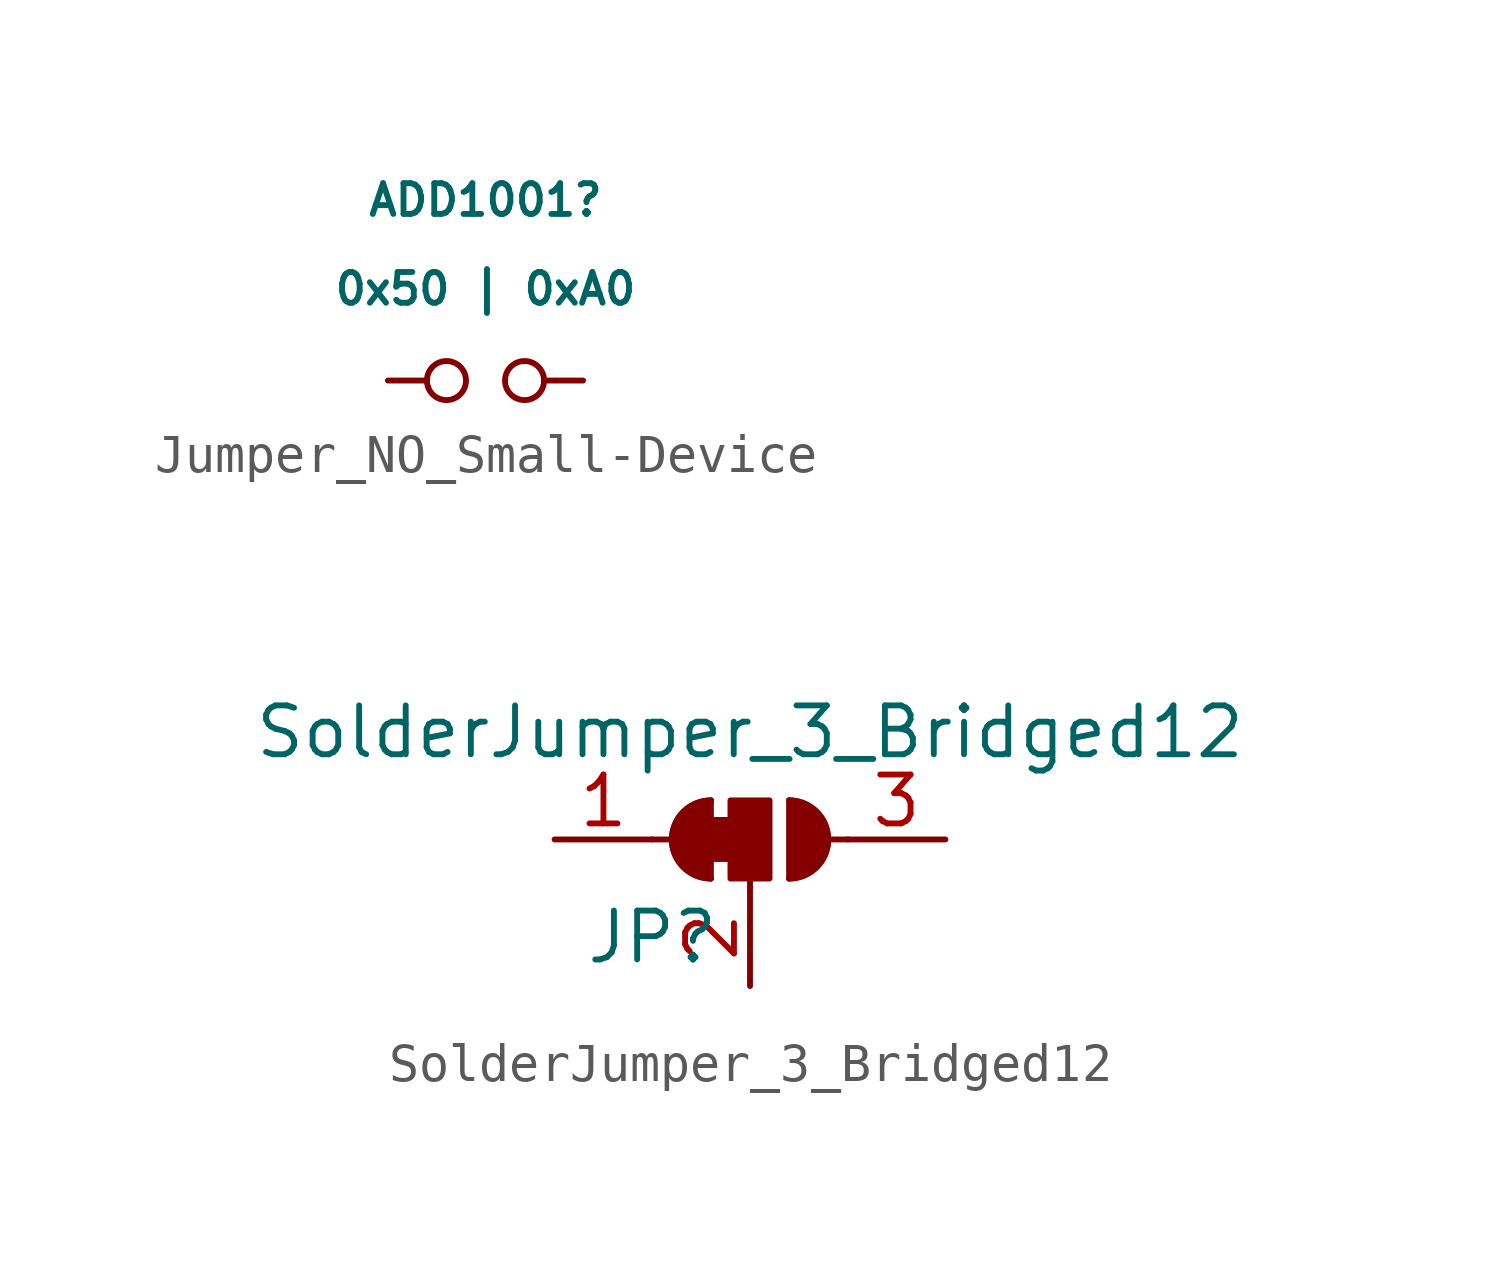
<source format=kicad_sym>
(kicad_symbol_lib
  (version 20231120)
  (generator "kicad_symbol_editor")
  (generator_version "8.0")
  (symbol "Jumper_NO_Small-Device"
    (pin_numbers hide)
    (pin_names
      (offset 0.762) hide)
    (property "Reference" "ADD1001"
      (at 0 4.699 0)
      (effects (font (size 0.8 0.8))))
    (property "Value" "0x50 | 0xA0"
      (at 0 2.388 0)
      (effects (font (size 0.8 0.8))))
    (symbol "Jumper_NO_Small-Device_0_1"
      (circle (center -1.016 0) (radius 0.508) (stroke (width 0) (type default)) (fill (type none)))
      (circle (center 1.016 0) (radius 0.508) (stroke (width 0) (type default)) (fill (type none)))
      (pin passive line (at -2.54 0 0) (length 1.016) (name "1" (effects (font (size 1.27 1.27)))) (number "1" (effects (font (size 1.27 1.27)))))
      (pin passive line (at 2.54 0 180) (length 1.016) (name "2" (effects (font (size 1.27 1.27)))) (number "2" (effects (font (size 1.27 1.27)))))))
  (symbol "SolderJumper_3_Bridged12"
    (pin_names
      (offset 0) hide)
    (property "Reference" "JP"
      (at -2.54 -2.54 0)
      (effects (font (size 1.27 1.27))))
    (property "Value" "SolderJumper_3_Bridged12"
      (at 0 2.794 0)
      (effects (font (size 1.27 1.27))))
    (symbol "SolderJumper_3_Bridged12_0_1"
      (rectangle (start -1.016 0.508) (end -0.508 -0.508) (stroke (width 0) (type solid)) (fill (type outline)))
      (arc (start -1.016 1.016) (mid -2.032 0) (end -1.016 -1.016) (stroke (width 0) (type solid)) (fill (type none)))
      (arc (start -1.016 1.016) (mid -2.032 0) (end -1.016 -1.016) (stroke (width 0) (type solid)) (fill (type outline)))
      (rectangle (start -0.508 1.016) (end 0.508 -1.016) (stroke (width 0) (type solid)) (fill (type outline)))
      (polyline (pts (xy -2.54 0) (xy -2.032 0)) (stroke (width 0) (type solid)) (fill (type none)))
      (polyline (pts (xy -1.016 1.016) (xy -1.016 -1.016)) (stroke (width 0) (type solid)) (fill (type none)))
      (polyline (pts (xy 0 -1.27) (xy 0 -1.016)) (stroke (width 0) (type solid)) (fill (type none)))
      (polyline (pts (xy 1.016 1.016) (xy 1.016 -1.016)) (stroke (width 0) (type solid)) (fill (type none)))
      (polyline (pts (xy 2.54 0) (xy 2.032 0)) (stroke (width 0) (type solid)) (fill (type none)))
      (arc (start 1.016 -1.016) (mid 2.032 0) (end 1.016 1.016) (stroke (width 0) (type solid)) (fill (type none)))
      (arc (start 1.016 -1.016) (mid 2.032 0) (end 1.016 1.016) (stroke (width 0) (type solid)) (fill (type outline))))
    (symbol "SolderJumper_3_Bridged12_1_1"
      (pin passive line (at -5.08 0 0) (length 2.54) (name "A" (effects (font (size 1.27 1.27)))) (number "1" (effects (font (size 1.27 1.27)))))
      (pin input line (at 0 -3.81 90) (length 2.54) (name "C" (effects (font (size 1.27 1.27)))) (number "2" (effects (font (size 1.27 1.27)))))
      (pin passive line (at 5.08 0 180) (length 2.54) (name "B" (effects (font (size 1.27 1.27)))) (number "3" (effects (font (size 1.27 1.27))))))))
</source>
